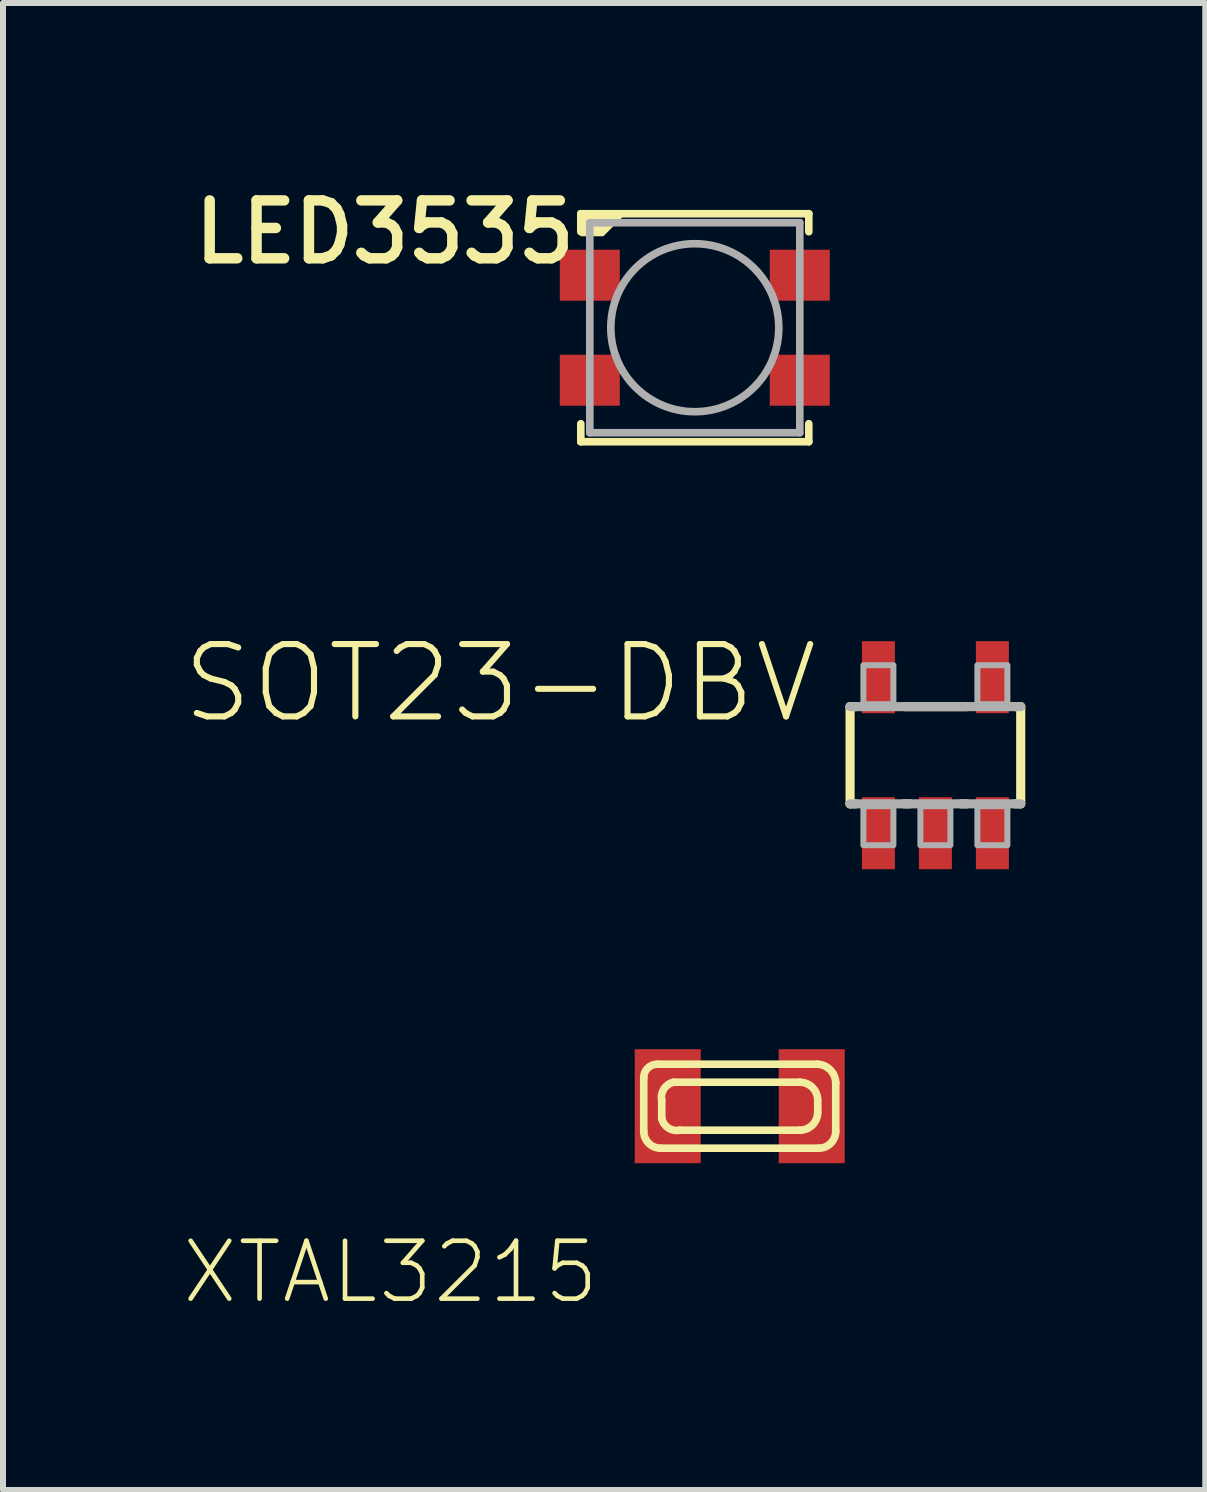
<source format=kicad_pcb>
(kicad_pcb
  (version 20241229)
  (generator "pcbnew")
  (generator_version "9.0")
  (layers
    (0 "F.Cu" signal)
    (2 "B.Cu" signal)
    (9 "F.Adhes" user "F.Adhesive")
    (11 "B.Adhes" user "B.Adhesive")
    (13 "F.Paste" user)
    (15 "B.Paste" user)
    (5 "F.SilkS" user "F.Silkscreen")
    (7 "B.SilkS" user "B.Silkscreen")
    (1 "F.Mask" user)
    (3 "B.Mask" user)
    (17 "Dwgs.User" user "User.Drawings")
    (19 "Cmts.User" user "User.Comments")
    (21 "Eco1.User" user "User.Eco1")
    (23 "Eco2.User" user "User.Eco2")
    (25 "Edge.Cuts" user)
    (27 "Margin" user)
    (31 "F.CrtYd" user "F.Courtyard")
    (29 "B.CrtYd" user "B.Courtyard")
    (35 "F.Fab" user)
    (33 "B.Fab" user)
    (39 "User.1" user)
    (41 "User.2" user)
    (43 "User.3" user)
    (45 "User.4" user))
  (footprint "XTAL3215"
    (layer "F.Cu")
    (at 9.279 15.387)
    (property "Reference" "XTAL3215" (at -2.3 2.2 180) (layer "F.SilkS") (effects (font (size 0.965 0.965) (thickness 0.077)) (justify right top)))
    (attr through_hole)
    (fp_line (start -1.6 0.417) (end -1.6 -0.476) (stroke (width 0.127) (type solid)) (layer "F.SilkS"))
    (fp_line (start -1.376 -0.7) (end 1.284 -0.7) (stroke (width 0.127) (type solid)) (layer "F.SilkS"))
    (fp_line (start -1.3 0.2) (end -1.3 -0.1) (stroke (width 0.127) (type solid)) (layer "F.SilkS"))
    (fp_line (start -1.1 -0.4) (end 1 -0.4) (stroke (width 0.127) (type solid)) (layer "F.SilkS"))
    (fp_line (start 1 0.4) (end -1 0.4) (stroke (width 0.127) (type solid)) (layer "F.SilkS"))
    (fp_line (start 1.3 -0.1) (end 1.3 0.1) (stroke (width 0.127) (type solid)) (layer "F.SilkS"))
    (fp_line (start 1.317 0.7) (end -1.317 0.7) (stroke (width 0.127) (type solid)) (layer "F.SilkS"))
    (fp_line (start 1.6 -0.384) (end 1.6 0.417) (stroke (width 0.127) (type solid)) (layer "F.SilkS"))
    (fp_arc (start -1.6 -0.4764) (mid -1.534509 -0.634509) (end -1.3764 -0.7) (stroke (width 0.127) (type solid)) (layer "F.SilkS"))
    (fp_arc (start -1.3172 0.7) (mid -1.51717 0.61717) (end -1.6 0.4172) (stroke (width 0.127) (type solid)) (layer "F.SilkS"))
    (fp_arc (start -1.3 -0.1) (mid -1.262161 -0.291441) (end -1.099999 -0.399999) (stroke (width 0.127) (type solid)) (layer "F.SilkS"))
    (fp_arc (start -1 0.4) (mid -1.191422 0.362132) (end -1.300001 0.199999) (stroke (width 0.127) (type solid)) (layer "F.SilkS"))
    (fp_arc (start 1 -0.4) (mid 1.212103 -0.312103) (end 1.3 -0.1) (stroke (width 0.127) (type solid)) (layer "F.SilkS"))
    (fp_arc (start 1.2838 -0.7) (mid 1.507387 -0.607387) (end 1.6 -0.3838) (stroke (width 0.127) (type solid)) (layer "F.SilkS"))
    (fp_arc (start 1.3 0.1) (mid 1.212131 0.312132) (end 0.999999 0.399999) (stroke (width 0.127) (type solid)) (layer "F.SilkS"))
    (fp_arc (start 1.6 0.4172) (mid 1.51717 0.61717) (end 1.3172 0.7) (stroke (width 0.127) (type solid)) (layer "F.SilkS"))
    (pad "P$1" smd rect (at 1.2 0) (size 1.1 1.9) (layers "F.Cu" "F.Mask" "F.Paste"))
    (pad "P$2" smd rect (at -1.2 0 180) (size 1.1 1.9) (layers "F.Cu" "F.Mask" "F.Paste")))
  (footprint "LED3535"
    (layer "F.Cu")
    (at 8.53 2.412)
    (property "Reference" "LED3535" (at -1.905 -2.159 180) (layer "F.SilkS") (effects (font (size 0.965 0.965) (thickness 0.174)) (justify right top)))
    (attr through_hole)
    (fp_line (start -1.9 -1.9) (end 1.9 -1.9) (stroke (width 0.127) (type solid)) (layer "F.SilkS"))
    (fp_line (start -1.9 -1.6) (end -1.9 -1.9) (stroke (width 0.127) (type solid)) (layer "F.SilkS"))
    (fp_line (start -1.9 1.6) (end -1.9 1.9) (stroke (width 0.127) (type solid)) (layer "F.SilkS"))
    (fp_line (start -1.9 1.9) (end 1.9 1.9) (stroke (width 0.127) (type solid)) (layer "F.SilkS"))
    (fp_line (start 1.9 -1.9) (end 1.9 -1.6) (stroke (width 0.127) (type solid)) (layer "F.SilkS"))
    (fp_line (start 1.9 1.9) (end 1.9 1.6) (stroke (width 0.127) (type solid)) (layer "F.SilkS"))
    (fp_poly (pts (xy -1.905 -1.905) (xy -1.905 -1.524) (xy -1.524 -1.524) (xy -1.143 -1.905)) (stroke (width 0) (type solid)) (fill yes) (layer "F.SilkS"))
    (fp_line (start -1.75 -1.75) (end 1.75 -1.75) (stroke (width 0.127) (type solid)) (layer "F.Fab"))
    (fp_line (start -1.75 1.75) (end -1.75 -1.75) (stroke (width 0.127) (type solid)) (layer "F.Fab"))
    (fp_line (start 1.75 -1.75) (end 1.75 1.75) (stroke (width 0.127) (type solid)) (layer "F.Fab"))
    (fp_line (start 1.75 1.75) (end -1.75 1.75) (stroke (width 0.127) (type solid)) (layer "F.Fab"))
    (fp_circle (center 0 0) (end 1.4 0) (stroke (width 0.127) (type solid)) (fill no) (layer "F.Fab"))
    (pad "1" smd rect (at -1.75 -0.875 90) (size 0.85 1) (layers "F.Cu" "F.Mask" "F.Paste"))
    (pad "2" smd rect (at -1.75 0.875 90) (size 0.85 1) (layers "F.Cu" "F.Mask" "F.Paste"))
    (pad "3" smd rect (at 1.75 0.875 90) (size 0.85 1) (layers "F.Cu" "F.Mask" "F.Paste"))
    (pad "4" smd rect (at 1.75 -0.875 90) (size 0.85 1) (layers "F.Cu" "F.Mask" "F.Paste")))
  (footprint "SOT23-DBV"
    (layer "F.Cu")
    (at 12.54 9.537)
    (property "Reference" "SOT23-DBV" (at -1.905 -1.905 0) (layer "F.SilkS") (effects (font (size 1.206 1.206) (thickness 0.102)) (justify right top)))
    (attr through_hole)
    (fp_line (start -1.422 -0.81) (end -1.328 -0.81) (stroke (width 0.152) (type solid)) (layer "F.SilkS"))
    (fp_line (start -1.422 0.81) (end -1.422 -0.81) (stroke (width 0.152) (type solid)) (layer "F.SilkS"))
    (fp_line (start -1.328 0.81) (end -1.422 0.81) (stroke (width 0.152) (type solid)) (layer "F.SilkS"))
    (fp_line (start -0.522 -0.81) (end 0.522 -0.81) (stroke (width 0.152) (type solid)) (layer "F.SilkS"))
    (fp_line (start -0.428 0.81) (end -0.522 0.81) (stroke (width 0.152) (type solid)) (layer "F.SilkS"))
    (fp_line (start 0.522 0.81) (end 0.428 0.81) (stroke (width 0.152) (type solid)) (layer "F.SilkS"))
    (fp_line (start 1.328 -0.81) (end 1.422 -0.81) (stroke (width 0.152) (type solid)) (layer "F.SilkS"))
    (fp_line (start 1.422 -0.81) (end 1.422 0.81) (stroke (width 0.152) (type solid)) (layer "F.SilkS"))
    (fp_line (start 1.422 0.81) (end 1.328 0.81) (stroke (width 0.152) (type solid)) (layer "F.SilkS"))
    (fp_line (start -1.422 -0.81) (end 1.422 -0.81) (stroke (width 0.152) (type solid)) (layer "F.Fab"))
    (fp_line (start 1.422 0.81) (end -1.422 0.81) (stroke (width 0.152) (type solid)) (layer "F.Fab"))
    (fp_poly (pts (xy -1.2 -0.85) (xy -0.7 -0.85) (xy -0.7 -1.5) (xy -1.2 -1.5)) (stroke (width 0.1) (type solid)) (fill no) (layer "F.Fab"))
    (fp_poly (pts (xy -1.2 1.5) (xy -0.7 1.5) (xy -0.7 0.85) (xy -1.2 0.85)) (stroke (width 0.1) (type solid)) (fill no) (layer "F.Fab"))
    (fp_poly (pts (xy -0.25 1.5) (xy 0.25 1.5) (xy 0.25 0.85) (xy -0.25 0.85)) (stroke (width 0.1) (type solid)) (fill no) (layer "F.Fab"))
    (fp_poly (pts (xy 0.7 -0.85) (xy 1.2 -0.85) (xy 1.2 -1.5) (xy 0.7 -1.5)) (stroke (width 0.1) (type solid)) (fill no) (layer "F.Fab"))
    (fp_poly (pts (xy 0.7 1.5) (xy 1.2 1.5) (xy 1.2 0.85) (xy 0.7 0.85)) (stroke (width 0.1) (type solid)) (fill no) (layer "F.Fab"))
    (pad "1" smd rect (at -0.95 1.3) (size 0.55 1.2) (layers "F.Cu" "F.Mask" "F.Paste"))
    (pad "2" smd rect (at 0 1.3) (size 0.55 1.2) (layers "F.Cu" "F.Mask" "F.Paste"))
    (pad "3" smd rect (at 0.95 1.3) (size 0.55 1.2) (layers "F.Cu" "F.Mask" "F.Paste"))
    (pad "4" smd rect (at 0.95 -1.3) (size 0.55 1.2) (layers "F.Cu" "F.Mask" "F.Paste"))
    (pad "5" smd rect (at -0.95 -1.3) (size 0.55 1.2) (layers "F.Cu" "F.Mask" "F.Paste")))
  (gr_rect
    (start -3 -3)
    (end 17.038 21.784)
    (stroke (width 0.1) (type default))
    (fill no)
    (layer "Edge.Cuts")))
</source>
